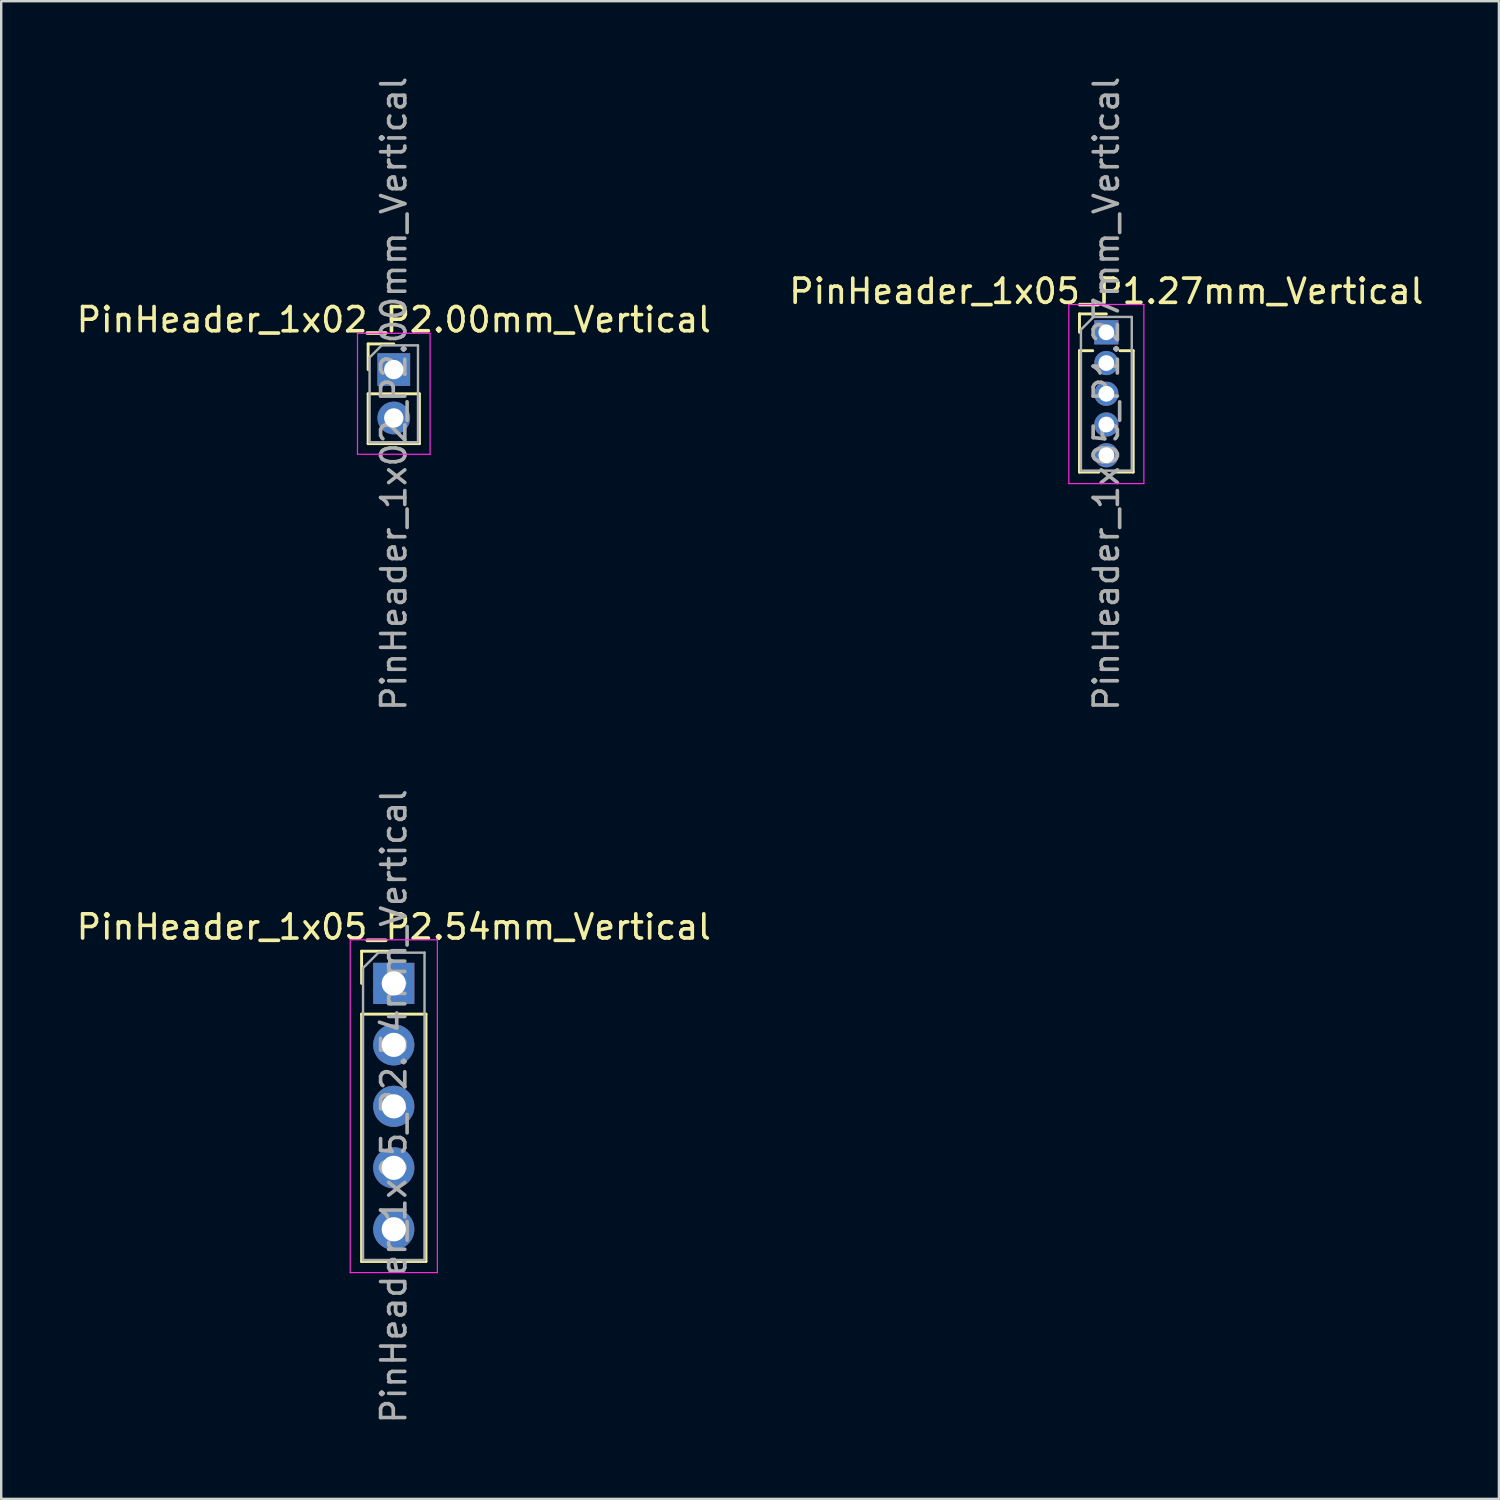
<source format=kicad_pcb>
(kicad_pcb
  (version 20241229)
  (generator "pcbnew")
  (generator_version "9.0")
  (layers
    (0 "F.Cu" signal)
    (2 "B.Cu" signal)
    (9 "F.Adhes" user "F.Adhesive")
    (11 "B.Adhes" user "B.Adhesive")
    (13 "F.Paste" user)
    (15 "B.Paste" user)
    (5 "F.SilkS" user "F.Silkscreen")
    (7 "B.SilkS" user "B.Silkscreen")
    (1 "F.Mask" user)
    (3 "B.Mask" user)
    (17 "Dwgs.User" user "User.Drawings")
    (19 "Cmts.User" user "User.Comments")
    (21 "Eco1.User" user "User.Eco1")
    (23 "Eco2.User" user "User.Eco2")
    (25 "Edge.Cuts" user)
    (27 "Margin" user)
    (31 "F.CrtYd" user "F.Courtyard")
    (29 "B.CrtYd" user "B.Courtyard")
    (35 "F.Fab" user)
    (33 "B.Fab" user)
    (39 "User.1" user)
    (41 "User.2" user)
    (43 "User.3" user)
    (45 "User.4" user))
  (footprint "PinHeader_1x05_P2.54mm_Vertical"
    (layer "F.Cu")
    (at 13.22 37.581)
    (property "Reference" "PinHeader_1x05_P2.54mm_Vertical" (at 0 -2.33 0) (layer "F.SilkS") (effects (font (size 1 1) (thickness 0.15))))
    (attr through_hole)
    (fp_line (start -1.33 -1.33) (end 0 -1.33) (stroke (width 0.12) (type solid)) (layer "F.SilkS"))
    (fp_line (start -1.33 0) (end -1.33 -1.33) (stroke (width 0.12) (type solid)) (layer "F.SilkS"))
    (fp_line (start -1.33 1.27) (end -1.33 11.49) (stroke (width 0.12) (type solid)) (layer "F.SilkS"))
    (fp_line (start -1.33 1.27) (end 1.33 1.27) (stroke (width 0.12) (type solid)) (layer "F.SilkS"))
    (fp_line (start -1.33 11.49) (end 1.33 11.49) (stroke (width 0.12) (type solid)) (layer "F.SilkS"))
    (fp_line (start 1.33 1.27) (end 1.33 11.49) (stroke (width 0.12) (type solid)) (layer "F.SilkS"))
    (fp_line (start -1.8 -1.8) (end -1.8 11.95) (stroke (width 0.05) (type solid)) (layer "F.CrtYd"))
    (fp_line (start -1.8 11.95) (end 1.8 11.95) (stroke (width 0.05) (type solid)) (layer "F.CrtYd"))
    (fp_line (start 1.8 -1.8) (end -1.8 -1.8) (stroke (width 0.05) (type solid)) (layer "F.CrtYd"))
    (fp_line (start 1.8 11.95) (end 1.8 -1.8) (stroke (width 0.05) (type solid)) (layer "F.CrtYd"))
    (fp_line (start -1.27 -0.635) (end -0.635 -1.27) (stroke (width 0.1) (type solid)) (layer "F.Fab"))
    (fp_line (start -1.27 11.43) (end -1.27 -0.635) (stroke (width 0.1) (type solid)) (layer "F.Fab"))
    (fp_line (start -0.635 -1.27) (end 1.27 -1.27) (stroke (width 0.1) (type solid)) (layer "F.Fab"))
    (fp_line (start 1.27 -1.27) (end 1.27 11.43) (stroke (width 0.1) (type solid)) (layer "F.Fab"))
    (fp_line (start 1.27 11.43) (end -1.27 11.43) (stroke (width 0.1) (type solid)) (layer "F.Fab"))
    (fp_text user "${REFERENCE}" (at 0 5.08 90) (layer "F.Fab") (effects (font (size 1 1) (thickness 0.15))))
    (pad "1" thru_hole rect (at 0 0) (size 1.7 1.7) (drill 1) (layers "*.Cu" "*.Mask"))
    (pad "2" thru_hole oval (at 0 2.54) (size 1.7 1.7) (drill 1) (layers "*.Cu" "*.Mask"))
    (pad "3" thru_hole oval (at 0 5.08) (size 1.7 1.7) (drill 1) (layers "*.Cu" "*.Mask"))
    (pad "4" thru_hole oval (at 0 7.62) (size 1.7 1.7) (drill 1) (layers "*.Cu" "*.Mask"))
    (pad "5" thru_hole oval (at 0 10.16) (size 1.7 1.7) (drill 1) (layers "*.Cu" "*.Mask")))
  (footprint "PinHeader_1x05_P1.27mm_Vertical"
    (layer "F.Cu")
    (at 42.661 10.68)
    (property "Reference" "PinHeader_1x05_P1.27mm_Vertical" (at 0 -1.695 0) (layer "F.SilkS") (effects (font (size 1 1) (thickness 0.15))))
    (attr through_hole)
    (fp_line (start -1.11 -0.76) (end 0 -0.76) (stroke (width 0.12) (type solid)) (layer "F.SilkS"))
    (fp_line (start -1.11 0) (end -1.11 -0.76) (stroke (width 0.12) (type solid)) (layer "F.SilkS"))
    (fp_line (start -1.11 0.76) (end -1.11 5.775) (stroke (width 0.12) (type solid)) (layer "F.SilkS"))
    (fp_line (start -1.11 0.76) (end -0.563 0.76) (stroke (width 0.12) (type solid)) (layer "F.SilkS"))
    (fp_line (start -1.11 5.775) (end -0.308 5.775) (stroke (width 0.12) (type solid)) (layer "F.SilkS"))
    (fp_line (start 0.308 5.775) (end 1.11 5.775) (stroke (width 0.12) (type solid)) (layer "F.SilkS"))
    (fp_line (start 0.563 0.76) (end 1.11 0.76) (stroke (width 0.12) (type solid)) (layer "F.SilkS"))
    (fp_line (start 1.11 0.76) (end 1.11 5.775) (stroke (width 0.12) (type solid)) (layer "F.SilkS"))
    (fp_line (start -1.55 -1.15) (end -1.55 6.25) (stroke (width 0.05) (type solid)) (layer "F.CrtYd"))
    (fp_line (start -1.55 6.25) (end 1.55 6.25) (stroke (width 0.05) (type solid)) (layer "F.CrtYd"))
    (fp_line (start 1.55 -1.15) (end -1.55 -1.15) (stroke (width 0.05) (type solid)) (layer "F.CrtYd"))
    (fp_line (start 1.55 6.25) (end 1.55 -1.15) (stroke (width 0.05) (type solid)) (layer "F.CrtYd"))
    (fp_line (start -1.05 -0.11) (end -0.525 -0.635) (stroke (width 0.1) (type solid)) (layer "F.Fab"))
    (fp_line (start -1.05 5.715) (end -1.05 -0.11) (stroke (width 0.1) (type solid)) (layer "F.Fab"))
    (fp_line (start -0.525 -0.635) (end 1.05 -0.635) (stroke (width 0.1) (type solid)) (layer "F.Fab"))
    (fp_line (start 1.05 -0.635) (end 1.05 5.715) (stroke (width 0.1) (type solid)) (layer "F.Fab"))
    (fp_line (start 1.05 5.715) (end -1.05 5.715) (stroke (width 0.1) (type solid)) (layer "F.Fab"))
    (fp_text user "${REFERENCE}" (at 0 2.54 90) (layer "F.Fab") (effects (font (size 1 1) (thickness 0.15))))
    (pad "1" thru_hole rect (at 0 0) (size 1 1) (drill 0.65) (layers "*.Cu" "*.Mask"))
    (pad "2" thru_hole oval (at 0 1.27) (size 1 1) (drill 0.65) (layers "*.Cu" "*.Mask"))
    (pad "3" thru_hole oval (at 0 2.54) (size 1 1) (drill 0.65) (layers "*.Cu" "*.Mask"))
    (pad "4" thru_hole oval (at 0 3.81) (size 1 1) (drill 0.65) (layers "*.Cu" "*.Mask"))
    (pad "5" thru_hole oval (at 0 5.08) (size 1 1) (drill 0.65) (layers "*.Cu" "*.Mask")))
  (footprint "PinHeader_1x02_P2.00mm_Vertical"
    (layer "F.Cu")
    (at 13.22 12.22)
    (property "Reference" "PinHeader_1x02_P2.00mm_Vertical" (at 0 -2.06 0) (layer "F.SilkS") (effects (font (size 1 1) (thickness 0.15))))
    (attr through_hole)
    (fp_line (start -1.06 -1.06) (end 0 -1.06) (stroke (width 0.12) (type solid)) (layer "F.SilkS"))
    (fp_line (start -1.06 0) (end -1.06 -1.06) (stroke (width 0.12) (type solid)) (layer "F.SilkS"))
    (fp_line (start -1.06 1) (end -1.06 3.06) (stroke (width 0.12) (type solid)) (layer "F.SilkS"))
    (fp_line (start -1.06 1) (end 1.06 1) (stroke (width 0.12) (type solid)) (layer "F.SilkS"))
    (fp_line (start -1.06 3.06) (end 1.06 3.06) (stroke (width 0.12) (type solid)) (layer "F.SilkS"))
    (fp_line (start 1.06 1) (end 1.06 3.06) (stroke (width 0.12) (type solid)) (layer "F.SilkS"))
    (fp_line (start -1.5 -1.5) (end -1.5 3.5) (stroke (width 0.05) (type solid)) (layer "F.CrtYd"))
    (fp_line (start -1.5 3.5) (end 1.5 3.5) (stroke (width 0.05) (type solid)) (layer "F.CrtYd"))
    (fp_line (start 1.5 -1.5) (end -1.5 -1.5) (stroke (width 0.05) (type solid)) (layer "F.CrtYd"))
    (fp_line (start 1.5 3.5) (end 1.5 -1.5) (stroke (width 0.05) (type solid)) (layer "F.CrtYd"))
    (fp_line (start -1 -0.5) (end -0.5 -1) (stroke (width 0.1) (type solid)) (layer "F.Fab"))
    (fp_line (start -1 3) (end -1 -0.5) (stroke (width 0.1) (type solid)) (layer "F.Fab"))
    (fp_line (start -0.5 -1) (end 1 -1) (stroke (width 0.1) (type solid)) (layer "F.Fab"))
    (fp_line (start 1 -1) (end 1 3) (stroke (width 0.1) (type solid)) (layer "F.Fab"))
    (fp_line (start 1 3) (end -1 3) (stroke (width 0.1) (type solid)) (layer "F.Fab"))
    (fp_text user "${REFERENCE}" (at 0 1 90) (layer "F.Fab") (effects (font (size 1 1) (thickness 0.15))))
    (pad "1" thru_hole rect (at 0 0) (size 1.35 1.35) (drill 0.8) (layers "*.Cu" "*.Mask"))
    (pad "2" thru_hole oval (at 0 2) (size 1.35 1.35) (drill 0.8) (layers "*.Cu" "*.Mask")))
  (gr_rect
    (start -3 -3)
    (end 58.881 58.881)
    (stroke (width 0.1) (type default))
    (fill no)
    (layer "Edge.Cuts")))
</source>
